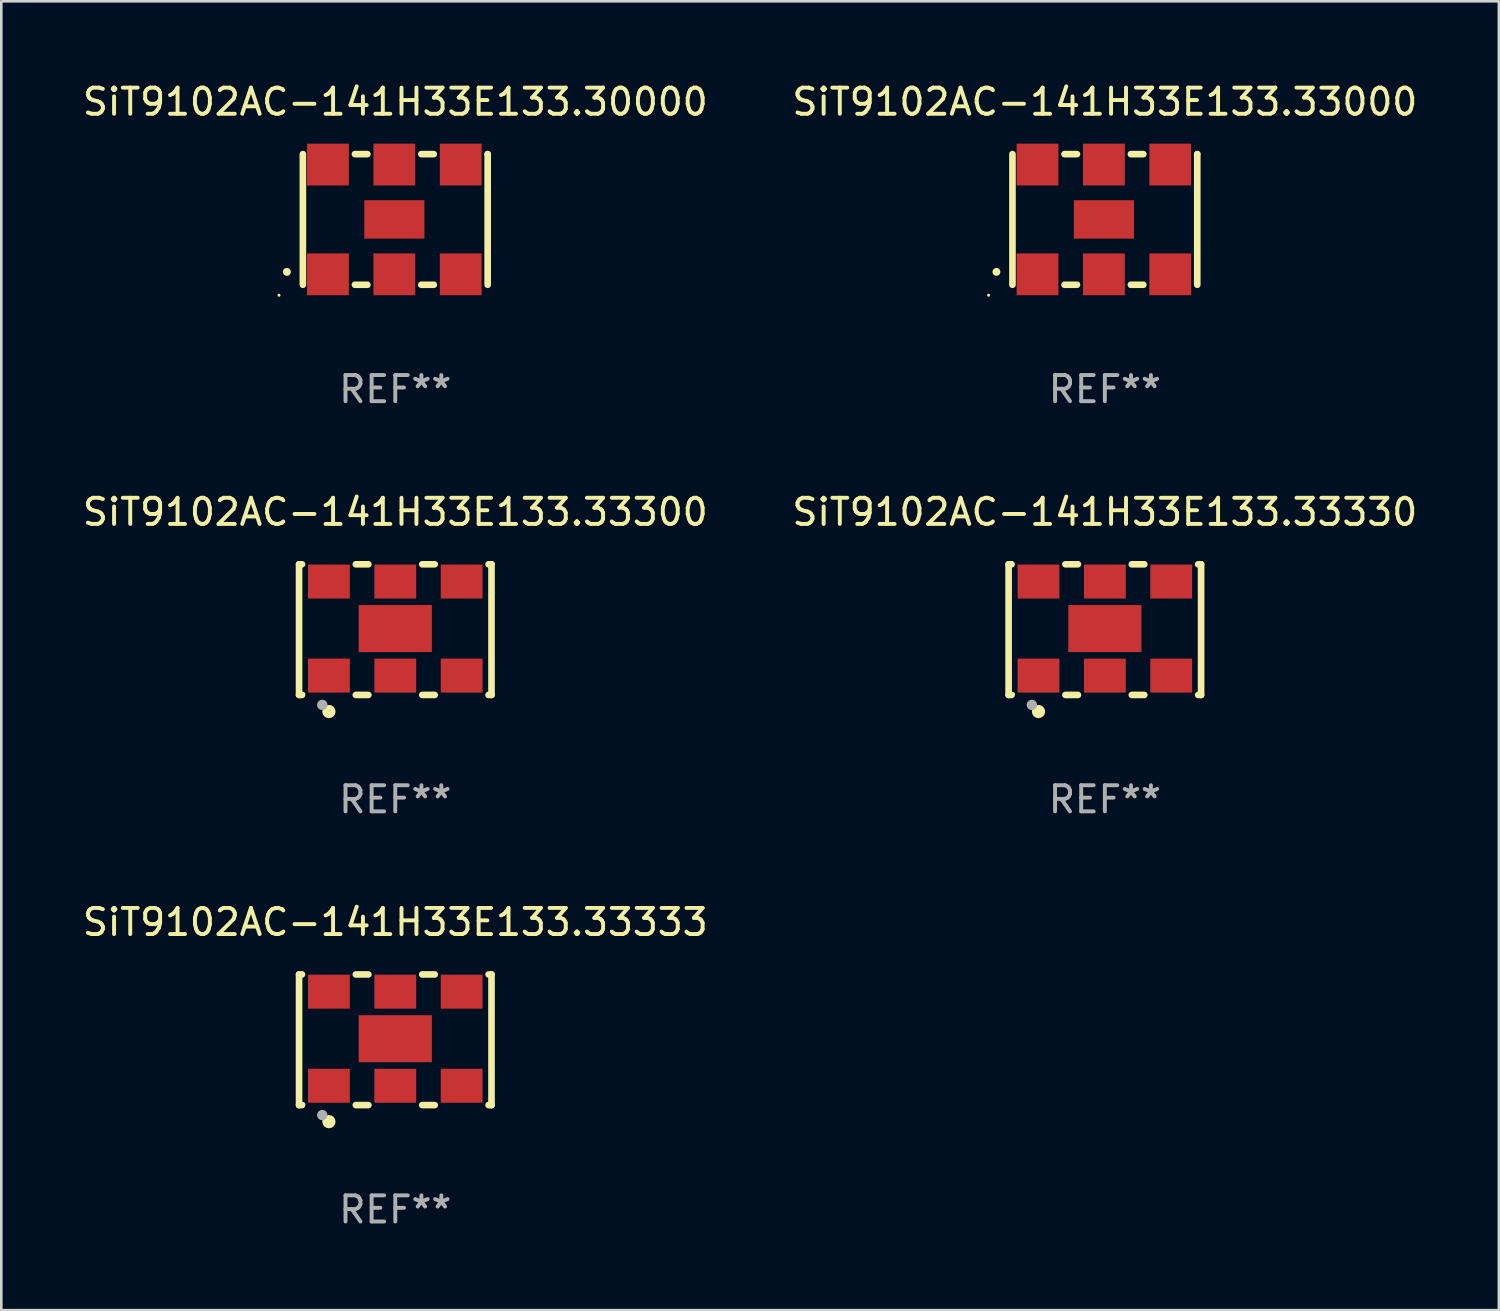
<source format=kicad_pcb>
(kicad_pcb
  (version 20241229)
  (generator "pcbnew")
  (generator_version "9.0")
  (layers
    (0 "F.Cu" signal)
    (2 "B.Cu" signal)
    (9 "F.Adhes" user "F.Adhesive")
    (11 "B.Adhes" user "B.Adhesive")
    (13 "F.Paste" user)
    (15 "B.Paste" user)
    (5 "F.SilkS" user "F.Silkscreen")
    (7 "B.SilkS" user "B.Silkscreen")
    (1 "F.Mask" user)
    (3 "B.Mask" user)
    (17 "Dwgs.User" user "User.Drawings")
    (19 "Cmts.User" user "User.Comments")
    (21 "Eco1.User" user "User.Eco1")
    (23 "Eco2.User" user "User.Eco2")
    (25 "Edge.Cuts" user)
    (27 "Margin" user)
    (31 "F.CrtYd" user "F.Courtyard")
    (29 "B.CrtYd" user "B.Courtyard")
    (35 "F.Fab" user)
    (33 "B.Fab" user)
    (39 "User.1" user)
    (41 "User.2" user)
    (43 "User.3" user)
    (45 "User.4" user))
  (footprint "SiT9102AC-141H33E133.33000"
    (layer "F.Cu")
    (at 39.232 5.348)
    (property "Reference" "SiT9102AC-141H33E133.33000" (at 0 -4.5 0) (layer "F.SilkS") (effects (font (size 1 1) (thickness 0.15))))
    (attr through_hole)
    (fp_line (start -3.536 -2.5) (end -3.536 2.5) (stroke (width 0.254) (type solid)) (layer "F.SilkS"))
    (fp_line (start -1.544 2.5) (end -1.067 2.5) (stroke (width 0.254) (type solid)) (layer "F.SilkS"))
    (fp_line (start -1.067 -2.5) (end -1.544 -2.5) (stroke (width 0.254) (type solid)) (layer "F.SilkS"))
    (fp_line (start 0.996 2.5) (end 1.473 2.5) (stroke (width 0.254) (type solid)) (layer "F.SilkS"))
    (fp_line (start 1.473 -2.5) (end 0.996 -2.5) (stroke (width 0.254) (type solid)) (layer "F.SilkS"))
    (fp_line (start 3.536 -2.5) (end 3.536 -2.5) (stroke (width 0.254) (type solid)) (layer "F.SilkS"))
    (fp_line (start 3.536 2.5) (end 3.536 -2.5) (stroke (width 0.254) (type solid)) (layer "F.SilkS"))
    (fp_arc (start -4.150432 2.006604) (mid -4.149162 2.006599) (end -4.147892 2.006604) (stroke (width 0.3) (type solid)) (layer "F.SilkS"))
    (fp_circle (center -4.449 2.9) (end -4.419 2.9) (stroke (width 0.06) (type solid)) (fill no) (layer "F.SilkS"))
    (fp_text user "REF**" (at 0 6.5 0) (layer "F.Fab") (effects (font (size 1 1) (thickness 0.15))))
    (pad "1" smd rect (at -2.576 2.1) (size 1.6 1.6) (layers "F.Cu" "F.Mask" "F.Paste"))
    (pad "2" smd rect (at -0.036 2.1) (size 1.6 1.6) (layers "F.Cu" "F.Mask" "F.Paste"))
    (pad "3" smd rect (at 2.504 2.1) (size 1.6 1.6) (layers "F.Cu" "F.Mask" "F.Paste"))
    (pad "4" smd rect (at 2.504 -2.1) (size 1.6 1.6) (layers "F.Cu" "F.Mask" "F.Paste"))
    (pad "5" smd rect (at -0.036 -2.1) (size 1.6 1.6) (layers "F.Cu" "F.Mask" "F.Paste"))
    (pad "6" smd rect (at -2.576 -2.1) (size 1.6 1.6) (layers "F.Cu" "F.Mask" "F.Paste"))
    (pad "7" smd rect (at -0.036 0) (size 2.3 1.47) (layers "F.Cu" "F.Mask" "F.Paste")))
  (footprint "SiT9102AC-141H33E133.33333"
    (layer "F.Cu")
    (at 12.077 36.741)
    (property "Reference" "SiT9102AC-141H33E133.33333" (at 0 -4.5 0) (layer "F.SilkS") (effects (font (size 1 1) (thickness 0.15))))
    (attr through_hole)
    (fp_line (start -3.683 -2.5) (end -3.571 -2.5) (stroke (width 0.254) (type solid)) (layer "F.SilkS"))
    (fp_line (start -3.683 2.5) (end -3.683 -2.5) (stroke (width 0.254) (type solid)) (layer "F.SilkS"))
    (fp_line (start -3.683 2.5) (end -3.571 2.5) (stroke (width 0.254) (type solid)) (layer "F.SilkS"))
    (fp_line (start -1.509 -2.5) (end -1.031 -2.5) (stroke (width 0.254) (type solid)) (layer "F.SilkS"))
    (fp_line (start -1.509 2.5) (end -1.031 2.5) (stroke (width 0.254) (type solid)) (layer "F.SilkS"))
    (fp_line (start 1.031 -2.5) (end 1.509 -2.5) (stroke (width 0.254) (type solid)) (layer "F.SilkS"))
    (fp_line (start 1.031 2.5) (end 1.509 2.5) (stroke (width 0.254) (type solid)) (layer "F.SilkS"))
    (fp_line (start 3.571 -2.5) (end 3.683 -2.5) (stroke (width 0.254) (type solid)) (layer "F.SilkS"))
    (fp_line (start 3.571 2.5) (end 3.683 2.5) (stroke (width 0.254) (type solid)) (layer "F.SilkS"))
    (fp_line (start 3.683 2.5) (end 3.683 -2.5) (stroke (width 0.254) (type solid)) (layer "F.SilkS"))
    (fp_circle (center -3.5 2.46) (end -3.47 2.46) (stroke (width 0.06) (type solid)) (fill no) (layer "F.SilkS"))
    (fp_circle (center -2.54 3.135) (end -2.413 3.135) (stroke (width 0.254) (type solid)) (fill no) (layer "F.SilkS"))
    (fp_circle (center -2.794 2.881) (end -2.694 2.881) (stroke (width 0.2) (type solid)) (fill no) (layer "F.Fab"))
    (fp_text user "REF**" (at 0 6.5 0) (layer "F.Fab") (effects (font (size 1 1) (thickness 0.15))))
    (pad "1" smd rect (at -2.54 1.76) (size 1.6 1.3) (layers "F.Cu" "F.Mask" "F.Paste"))
    (pad "2" smd rect (at 0 1.76) (size 1.6 1.3) (layers "F.Cu" "F.Mask" "F.Paste"))
    (pad "3" smd rect (at 2.54 1.76) (size 1.6 1.3) (layers "F.Cu" "F.Mask" "F.Paste"))
    (pad "4" smd rect (at 2.54 -1.84) (size 1.6 1.3) (layers "F.Cu" "F.Mask" "F.Paste"))
    (pad "5" smd rect (at 0 -1.84) (size 1.6 1.3) (layers "F.Cu" "F.Mask" "F.Paste"))
    (pad "6" smd rect (at -2.54 -1.84) (size 1.6 1.3) (layers "F.Cu" "F.Mask" "F.Paste"))
    (pad "7" smd rect (at 0 -0.04) (size 2.8 1.8) (layers "F.Cu" "F.Mask" "F.Paste")))
  (footprint "SiT9102AC-141H33E133.30000"
    (layer "F.Cu")
    (at 12.077 5.348)
    (property "Reference" "SiT9102AC-141H33E133.30000" (at 0 -4.5 0) (layer "F.SilkS") (effects (font (size 1 1) (thickness 0.15))))
    (attr through_hole)
    (fp_line (start -3.536 -2.5) (end -3.536 2.5) (stroke (width 0.254) (type solid)) (layer "F.SilkS"))
    (fp_line (start -1.544 2.5) (end -1.067 2.5) (stroke (width 0.254) (type solid)) (layer "F.SilkS"))
    (fp_line (start -1.067 -2.5) (end -1.544 -2.5) (stroke (width 0.254) (type solid)) (layer "F.SilkS"))
    (fp_line (start 0.996 2.5) (end 1.473 2.5) (stroke (width 0.254) (type solid)) (layer "F.SilkS"))
    (fp_line (start 1.473 -2.5) (end 0.996 -2.5) (stroke (width 0.254) (type solid)) (layer "F.SilkS"))
    (fp_line (start 3.536 -2.5) (end 3.536 -2.5) (stroke (width 0.254) (type solid)) (layer "F.SilkS"))
    (fp_line (start 3.536 2.5) (end 3.536 -2.5) (stroke (width 0.254) (type solid)) (layer "F.SilkS"))
    (fp_arc (start -4.150432 2.006604) (mid -4.149162 2.006599) (end -4.147892 2.006604) (stroke (width 0.3) (type solid)) (layer "F.SilkS"))
    (fp_circle (center -4.449 2.9) (end -4.419 2.9) (stroke (width 0.06) (type solid)) (fill no) (layer "F.SilkS"))
    (fp_text user "REF**" (at 0 6.5 0) (layer "F.Fab") (effects (font (size 1 1) (thickness 0.15))))
    (pad "1" smd rect (at -2.576 2.1) (size 1.6 1.6) (layers "F.Cu" "F.Mask" "F.Paste"))
    (pad "2" smd rect (at -0.036 2.1) (size 1.6 1.6) (layers "F.Cu" "F.Mask" "F.Paste"))
    (pad "3" smd rect (at 2.504 2.1) (size 1.6 1.6) (layers "F.Cu" "F.Mask" "F.Paste"))
    (pad "4" smd rect (at 2.504 -2.1) (size 1.6 1.6) (layers "F.Cu" "F.Mask" "F.Paste"))
    (pad "5" smd rect (at -0.036 -2.1) (size 1.6 1.6) (layers "F.Cu" "F.Mask" "F.Paste"))
    (pad "6" smd rect (at -2.576 -2.1) (size 1.6 1.6) (layers "F.Cu" "F.Mask" "F.Paste"))
    (pad "7" smd rect (at -0.036 0) (size 2.3 1.47) (layers "F.Cu" "F.Mask" "F.Paste")))
  (footprint "SiT9102AC-141H33E133.33300"
    (layer "F.Cu")
    (at 12.077 21.045)
    (property "Reference" "SiT9102AC-141H33E133.33300" (at 0 -4.5 0) (layer "F.SilkS") (effects (font (size 1 1) (thickness 0.15))))
    (attr through_hole)
    (fp_line (start -3.683 -2.5) (end -3.571 -2.5) (stroke (width 0.254) (type solid)) (layer "F.SilkS"))
    (fp_line (start -3.683 2.5) (end -3.683 -2.5) (stroke (width 0.254) (type solid)) (layer "F.SilkS"))
    (fp_line (start -3.683 2.5) (end -3.571 2.5) (stroke (width 0.254) (type solid)) (layer "F.SilkS"))
    (fp_line (start -1.509 -2.5) (end -1.031 -2.5) (stroke (width 0.254) (type solid)) (layer "F.SilkS"))
    (fp_line (start -1.509 2.5) (end -1.031 2.5) (stroke (width 0.254) (type solid)) (layer "F.SilkS"))
    (fp_line (start 1.031 -2.5) (end 1.509 -2.5) (stroke (width 0.254) (type solid)) (layer "F.SilkS"))
    (fp_line (start 1.031 2.5) (end 1.509 2.5) (stroke (width 0.254) (type solid)) (layer "F.SilkS"))
    (fp_line (start 3.571 -2.5) (end 3.683 -2.5) (stroke (width 0.254) (type solid)) (layer "F.SilkS"))
    (fp_line (start 3.571 2.5) (end 3.683 2.5) (stroke (width 0.254) (type solid)) (layer "F.SilkS"))
    (fp_line (start 3.683 2.5) (end 3.683 -2.5) (stroke (width 0.254) (type solid)) (layer "F.SilkS"))
    (fp_circle (center -3.5 2.46) (end -3.47 2.46) (stroke (width 0.06) (type solid)) (fill no) (layer "F.SilkS"))
    (fp_circle (center -2.54 3.135) (end -2.413 3.135) (stroke (width 0.254) (type solid)) (fill no) (layer "F.SilkS"))
    (fp_circle (center -2.794 2.881) (end -2.694 2.881) (stroke (width 0.2) (type solid)) (fill no) (layer "F.Fab"))
    (fp_text user "REF**" (at 0 6.5 0) (layer "F.Fab") (effects (font (size 1 1) (thickness 0.15))))
    (pad "1" smd rect (at -2.54 1.76) (size 1.6 1.3) (layers "F.Cu" "F.Mask" "F.Paste"))
    (pad "2" smd rect (at 0 1.76) (size 1.6 1.3) (layers "F.Cu" "F.Mask" "F.Paste"))
    (pad "3" smd rect (at 2.54 1.76) (size 1.6 1.3) (layers "F.Cu" "F.Mask" "F.Paste"))
    (pad "4" smd rect (at 2.54 -1.84) (size 1.6 1.3) (layers "F.Cu" "F.Mask" "F.Paste"))
    (pad "5" smd rect (at 0 -1.84) (size 1.6 1.3) (layers "F.Cu" "F.Mask" "F.Paste"))
    (pad "6" smd rect (at -2.54 -1.84) (size 1.6 1.3) (layers "F.Cu" "F.Mask" "F.Paste"))
    (pad "7" smd rect (at 0 -0.04) (size 2.8 1.8) (layers "F.Cu" "F.Mask" "F.Paste")))
  (footprint "SiT9102AC-141H33E133.33330"
    (layer "F.Cu")
    (at 39.232 21.045)
    (property "Reference" "SiT9102AC-141H33E133.33330" (at 0 -4.5 0) (layer "F.SilkS") (effects (font (size 1 1) (thickness 0.15))))
    (attr through_hole)
    (fp_line (start -3.683 -2.5) (end -3.571 -2.5) (stroke (width 0.254) (type solid)) (layer "F.SilkS"))
    (fp_line (start -3.683 2.5) (end -3.683 -2.5) (stroke (width 0.254) (type solid)) (layer "F.SilkS"))
    (fp_line (start -3.683 2.5) (end -3.571 2.5) (stroke (width 0.254) (type solid)) (layer "F.SilkS"))
    (fp_line (start -1.509 -2.5) (end -1.031 -2.5) (stroke (width 0.254) (type solid)) (layer "F.SilkS"))
    (fp_line (start -1.509 2.5) (end -1.031 2.5) (stroke (width 0.254) (type solid)) (layer "F.SilkS"))
    (fp_line (start 1.031 -2.5) (end 1.509 -2.5) (stroke (width 0.254) (type solid)) (layer "F.SilkS"))
    (fp_line (start 1.031 2.5) (end 1.509 2.5) (stroke (width 0.254) (type solid)) (layer "F.SilkS"))
    (fp_line (start 3.571 -2.5) (end 3.683 -2.5) (stroke (width 0.254) (type solid)) (layer "F.SilkS"))
    (fp_line (start 3.571 2.5) (end 3.683 2.5) (stroke (width 0.254) (type solid)) (layer "F.SilkS"))
    (fp_line (start 3.683 2.5) (end 3.683 -2.5) (stroke (width 0.254) (type solid)) (layer "F.SilkS"))
    (fp_circle (center -3.5 2.46) (end -3.47 2.46) (stroke (width 0.06) (type solid)) (fill no) (layer "F.SilkS"))
    (fp_circle (center -2.54 3.135) (end -2.413 3.135) (stroke (width 0.254) (type solid)) (fill no) (layer "F.SilkS"))
    (fp_circle (center -2.794 2.881) (end -2.694 2.881) (stroke (width 0.2) (type solid)) (fill no) (layer "F.Fab"))
    (fp_text user "REF**" (at 0 6.5 0) (layer "F.Fab") (effects (font (size 1 1) (thickness 0.15))))
    (pad "1" smd rect (at -2.54 1.76) (size 1.6 1.3) (layers "F.Cu" "F.Mask" "F.Paste"))
    (pad "2" smd rect (at 0 1.76) (size 1.6 1.3) (layers "F.Cu" "F.Mask" "F.Paste"))
    (pad "3" smd rect (at 2.54 1.76) (size 1.6 1.3) (layers "F.Cu" "F.Mask" "F.Paste"))
    (pad "4" smd rect (at 2.54 -1.84) (size 1.6 1.3) (layers "F.Cu" "F.Mask" "F.Paste"))
    (pad "5" smd rect (at 0 -1.84) (size 1.6 1.3) (layers "F.Cu" "F.Mask" "F.Paste"))
    (pad "6" smd rect (at -2.54 -1.84) (size 1.6 1.3) (layers "F.Cu" "F.Mask" "F.Paste"))
    (pad "7" smd rect (at 0 -0.04) (size 2.8 1.8) (layers "F.Cu" "F.Mask" "F.Paste")))
  (gr_rect
    (start -3 -3)
    (end 54.31 47.09)
    (stroke (width 0.1) (type default))
    (fill no)
    (layer "Edge.Cuts")))
</source>
